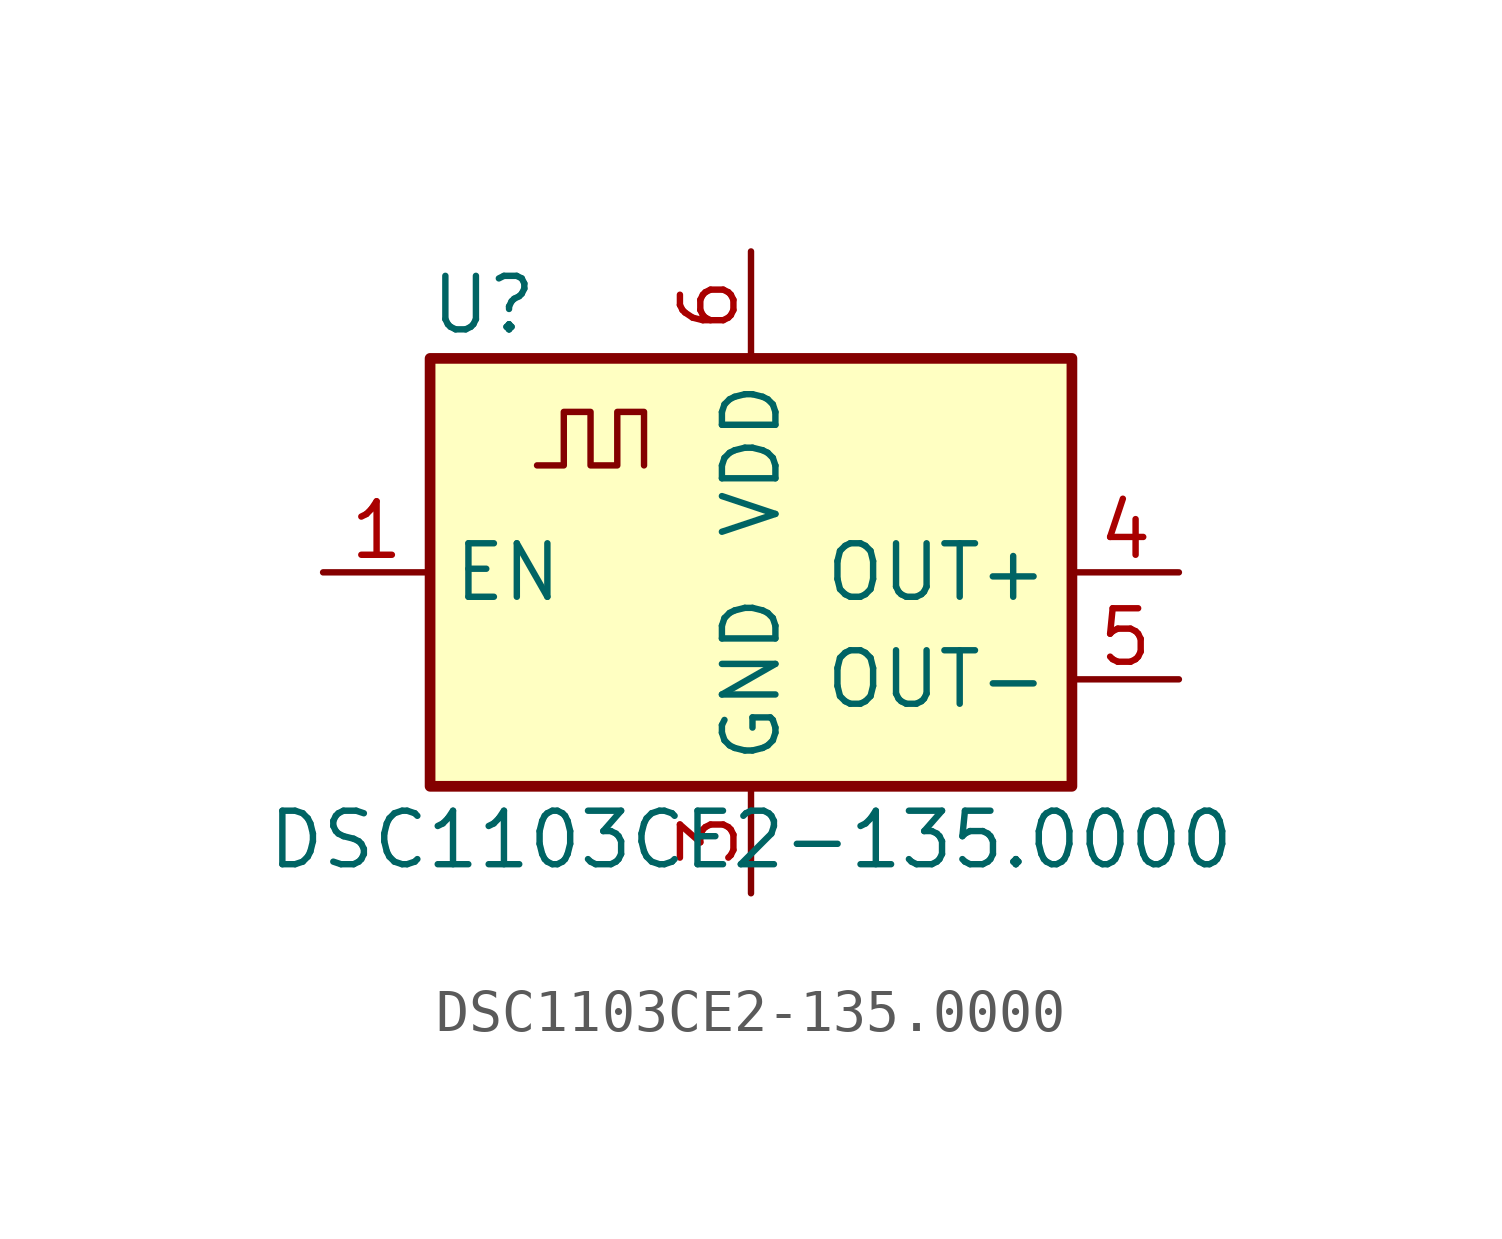
<source format=kicad_sym>
(kicad_symbol_lib
  (version 20211014)
  (generator kicad_symbol_editor)
  (symbol "DSC1103CE2-135.0000"
    (property "Reference" "U"
      (at -6.35 6.35 0)
      (effects (font (size 1.27 1.27))))
    (property "Value" "DSC1103CE2-135.0000"
      (at 0 -6.35 0)
      (effects (font (size 1.27 1.27))))
    (symbol "DSC1103CE2-135.0000_0_1"
      (rectangle (start -7.62 5.08) (end 7.62 -5.08) (stroke (width 0.254) (type default) (color 0 0 0 0)) (fill (type background)))
      (polyline (pts (xy -5.08 2.54) (xy -4.445 2.54) (xy -4.445 3.81) (xy -3.81 3.81) (xy -3.81 2.54) (xy -3.175 2.54) (xy -3.175 3.81) (xy -2.54 3.81) (xy -2.54 2.54)) (stroke (width 0) (type default) (color 0 0 0 0)) (fill (type none))))
    (symbol "DSC1103CE2-135.0000_1_1"
      (pin input line (at -10.16 0 0) (length 2.54) (name "EN" (effects (font (size 1.27 1.27)))) (number "1" (effects (font (size 1.27 1.27)))))
      (pin no_connect line (at -10.16 -2.54 0) (length 2.54) hide (name "NC" (effects (font (size 1.27 1.27)))) (number "2" (effects (font (size 1.27 1.27)))))
      (pin power_in line (at 0 -7.62 90) (length 2.54) (name "GND" (effects (font (size 1.27 1.27)))) (number "3" (effects (font (size 1.27 1.27)))))
      (pin output line (at 10.16 0 180) (length 2.54) (name "OUT+" (effects (font (size 1.27 1.27)))) (number "4" (effects (font (size 1.27 1.27)))))
      (pin output line (at 10.16 -2.54 180) (length 2.54) (name "OUT-" (effects (font (size 1.27 1.27)))) (number "5" (effects (font (size 1.27 1.27)))))
      (pin power_in line (at 0 7.62 270) (length 2.54) (name "VDD" (effects (font (size 1.27 1.27)))) (number "6" (effects (font (size 1.27 1.27))))))))
</source>
